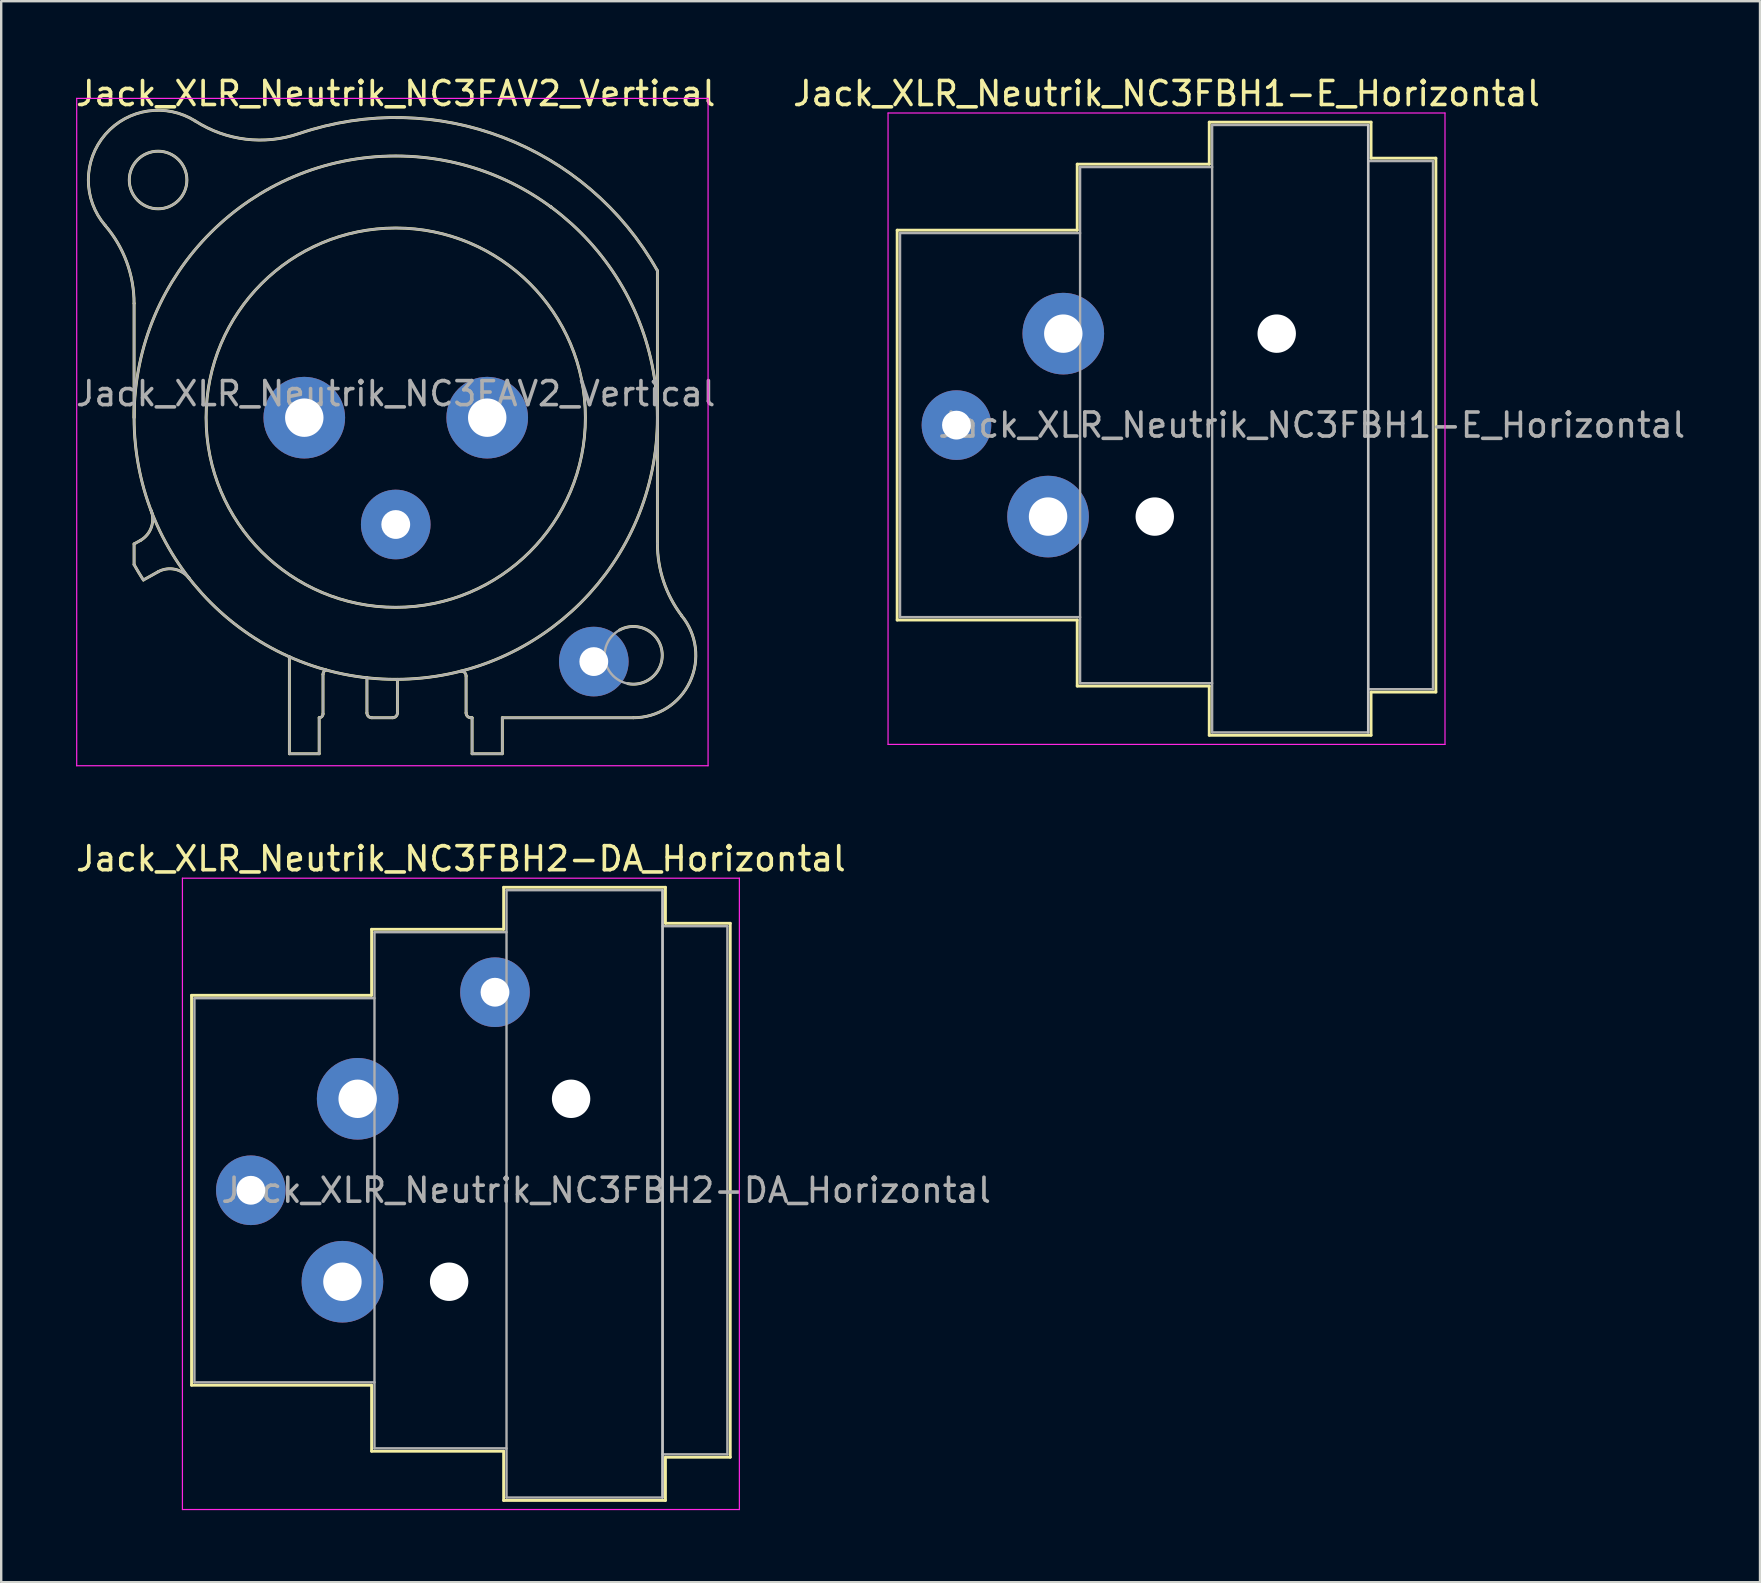
<source format=kicad_pcb>
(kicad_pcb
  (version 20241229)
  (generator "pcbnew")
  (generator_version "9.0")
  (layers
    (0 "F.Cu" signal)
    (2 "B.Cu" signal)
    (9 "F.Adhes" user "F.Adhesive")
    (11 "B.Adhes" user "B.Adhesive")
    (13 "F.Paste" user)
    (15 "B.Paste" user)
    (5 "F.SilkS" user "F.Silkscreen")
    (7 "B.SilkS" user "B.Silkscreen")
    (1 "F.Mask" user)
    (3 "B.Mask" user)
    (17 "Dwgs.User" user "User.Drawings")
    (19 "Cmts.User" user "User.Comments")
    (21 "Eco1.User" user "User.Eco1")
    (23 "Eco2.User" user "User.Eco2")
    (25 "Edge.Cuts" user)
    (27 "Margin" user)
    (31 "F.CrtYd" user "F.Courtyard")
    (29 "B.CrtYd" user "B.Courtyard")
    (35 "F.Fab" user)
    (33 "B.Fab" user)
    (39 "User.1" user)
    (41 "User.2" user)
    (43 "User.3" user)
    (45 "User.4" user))
  (footprint "Jack_XLR_Neutrik_NC3FAV2_Vertical"
    (layer "F.Cu")
    (at 17.245 14.348)
    (property "Reference" "Jack_XLR_Neutrik_NC3FAV2_Vertical" (at -3.81 -13.5 0) (layer "F.SilkS") (effects (font (size 1 1) (thickness 0.15))))
    (attr through_hole)
    (fp_line (start -14.71 0) (end -14.71 -4.76) (stroke (width 0.12) (type solid)) (layer "F.SilkS"))
    (fp_line (start -14.71 5.26) (end -14.71 6.12) (stroke (width 0.12) (type solid)) (layer "F.SilkS"))
    (fp_line (start -14.44 5.11) (end -14.71 5.26) (stroke (width 0.12) (type solid)) (layer "F.SilkS"))
    (fp_line (start -14.32 6.76) (end -13.71 6.42) (stroke (width 0.12) (type solid)) (layer "F.SilkS"))
    (fp_line (start -8.24 9.96) (end -8.24 14) (stroke (width 0.12) (type solid)) (layer "F.SilkS"))
    (fp_line (start -7 12.5) (end -7 14) (stroke (width 0.12) (type solid)) (layer "F.SilkS"))
    (fp_line (start -7 14) (end -8.24 14) (stroke (width 0.12) (type solid)) (layer "F.SilkS"))
    (fp_line (start -6.84 12.34) (end -6.84 10.69) (stroke (width 0.12) (type solid)) (layer "F.SilkS"))
    (fp_line (start -5.01 10.83) (end -5.01 12.3) (stroke (width 0.12) (type solid)) (layer "F.SilkS"))
    (fp_line (start -3.94 12.5) (end -4.81 12.5) (stroke (width 0.12) (type solid)) (layer "F.SilkS"))
    (fp_line (start -3.74 10.9) (end -3.74 12.3) (stroke (width 0.12) (type solid)) (layer "F.SilkS"))
    (fp_line (start -0.88 12.3) (end -0.88 10.76) (stroke (width 0.12) (type solid)) (layer "F.SilkS"))
    (fp_line (start -0.63 12.5) (end -0.68 12.5) (stroke (width 0.12) (type solid)) (layer "F.SilkS"))
    (fp_line (start -0.63 12.5) (end -0.63 14) (stroke (width 0.12) (type solid)) (layer "F.SilkS"))
    (fp_line (start 0.62 14) (end -0.63 14) (stroke (width 0.12) (type solid)) (layer "F.SilkS"))
    (fp_line (start 0.63 12.5) (end 6.09 12.5) (stroke (width 0.12) (type solid)) (layer "F.SilkS"))
    (fp_line (start 0.63 14) (end 0.63 12.5) (stroke (width 0.12) (type solid)) (layer "F.SilkS"))
    (fp_line (start 7.09 5.24) (end 7.09 -6.12) (stroke (width 0.12) (type solid)) (layer "F.SilkS"))
    (fp_arc (start -15.908829 -8.000856) (mid -15.019313 -6.48774) (end -14.71 -4.76) (stroke (width 0.12) (type solid)) (layer "F.SilkS"))
    (fp_arc (start -15.908236 -8.001617) (mid -15.907486 -11.799251) (end -12.15 -12.35) (stroke (width 0.12) (type solid)) (layer "F.SilkS"))
    (fp_arc (start -14.32314 6.763008) (mid -14.521396 6.444407) (end -14.71 6.12) (stroke (width 0.12) (type solid)) (layer "F.SilkS"))
    (fp_arc (start -14.004283 3.855674) (mid -13.989213 4.56375) (end -14.44 5.11) (stroke (width 0.12) (type solid)) (layer "F.SilkS"))
    (fp_arc (start -13.71 6.42) (mid -13.01025 6.315915) (end -12.412202 6.693832) (stroke (width 0.12) (type solid)) (layer "F.SilkS"))
    (fp_arc (start -7.848035 -11.831177) (mid -10.058192 -11.599923) (end -12.15 -12.35) (stroke (width 0.12) (type solid)) (layer "F.SilkS"))
    (fp_arc (start -7.841153 -11.83276) (mid 0.657009 -11.675197) (end 7.09 -6.12) (stroke (width 0.12) (type solid)) (layer "F.SilkS"))
    (fp_arc (start -6.84 10.69) (mid -6.803713 10.578321) (end -6.708713 10.509299) (stroke (width 0.12) (type solid)) (layer "F.SilkS"))
    (fp_arc (start -6.84 12.34) (mid -6.886863 12.453137) (end -7 12.5) (stroke (width 0.12) (type solid)) (layer "F.SilkS"))
    (fp_arc (start -4.81 12.5) (mid -4.951421 12.441421) (end -5.01 12.3) (stroke (width 0.12) (type solid)) (layer "F.SilkS"))
    (fp_arc (start -3.74 12.3) (mid -3.798579 12.441421) (end -3.94 12.5) (stroke (width 0.12) (type solid)) (layer "F.SilkS"))
    (fp_arc (start -1.1294 10.566197) (mid -0.957281 10.602076) (end -0.88 10.76) (stroke (width 0.12) (type solid)) (layer "F.SilkS"))
    (fp_arc (start -0.68 12.5) (mid -0.821421 12.441421) (end -0.88 12.3) (stroke (width 0.12) (type solid)) (layer "F.SilkS"))
    (fp_arc (start 2.636924 -8.782671) (mid 2.628394 -8.791269) (end 2.62 -8.8) (stroke (width 0.12) (type solid)) (layer "F.SilkS"))
    (fp_arc (start 2.680052 -8.767734) (mid 2.65973 -8.7835) (end 2.64 -8.8) (stroke (width 0.12) (type solid)) (layer "F.SilkS"))
    (fp_arc (start 5.507701 8.848226) (mid 7.277502 9.712546) (end 5.86 11.08) (stroke (width 0.12) (type solid)) (layer "F.SilkS"))
    (fp_arc (start 8.095865 8.245761) (mid 8.441704 11.008824) (end 6.09 12.5) (stroke (width 0.12) (type solid)) (layer "F.SilkS"))
    (fp_arc (start 8.098032 8.243976) (mid 7.348729 6.824298) (end 7.09 5.24) (stroke (width 0.12) (type solid)) (layer "F.SilkS"))
    (fp_circle (center -13.71 -9.9) (end -12.51 -9.9) (stroke (width 0.12) (type solid)) (fill no) (layer "F.SilkS"))
    (fp_circle (center -3.81 0) (end 4.09 0) (stroke (width 0.12) (type solid)) (fill no) (layer "F.SilkS"))
    (fp_circle (center -3.81 0) (end 7.09 0) (stroke (width 0.12) (type solid)) (fill no) (layer "F.SilkS"))
    (fp_line (start -17.1 -13.3) (end 9.2 -13.3) (stroke (width 0.05) (type solid)) (layer "F.CrtYd"))
    (fp_line (start -17.1 14.5) (end -17.1 -13.3) (stroke (width 0.05) (type solid)) (layer "F.CrtYd"))
    (fp_line (start 9.2 -13.3) (end 9.2 14.5) (stroke (width 0.05) (type solid)) (layer "F.CrtYd"))
    (fp_line (start 9.2 14.5) (end -17.1 14.5) (stroke (width 0.05) (type solid)) (layer "F.CrtYd"))
    (fp_line (start -14.71 0) (end -14.71 -4.76) (stroke (width 0.1) (type solid)) (layer "F.Fab"))
    (fp_line (start -14.71 5.26) (end -14.71 6.12) (stroke (width 0.1) (type solid)) (layer "F.Fab"))
    (fp_line (start -14.44 5.11) (end -14.71 5.26) (stroke (width 0.1) (type solid)) (layer "F.Fab"))
    (fp_line (start -14.32 6.76) (end -13.71 6.42) (stroke (width 0.1) (type solid)) (layer "F.Fab"))
    (fp_line (start -8.24 9.96) (end -8.24 14) (stroke (width 0.1) (type solid)) (layer "F.Fab"))
    (fp_line (start -7 12.5) (end -7 14) (stroke (width 0.1) (type solid)) (layer "F.Fab"))
    (fp_line (start -7 14) (end -8.24 14) (stroke (width 0.1) (type solid)) (layer "F.Fab"))
    (fp_line (start -6.84 12.34) (end -6.84 10.69) (stroke (width 0.1) (type solid)) (layer "F.Fab"))
    (fp_line (start -5.01 10.83) (end -5.01 12.3) (stroke (width 0.1) (type solid)) (layer "F.Fab"))
    (fp_line (start -3.94 12.5) (end -4.81 12.5) (stroke (width 0.1) (type solid)) (layer "F.Fab"))
    (fp_line (start -3.74 10.9) (end -3.74 12.3) (stroke (width 0.1) (type solid)) (layer "F.Fab"))
    (fp_line (start -0.88 12.3) (end -0.88 10.76) (stroke (width 0.1) (type solid)) (layer "F.Fab"))
    (fp_line (start -0.63 12.5) (end -0.68 12.5) (stroke (width 0.1) (type solid)) (layer "F.Fab"))
    (fp_line (start -0.63 12.5) (end -0.63 14) (stroke (width 0.1) (type solid)) (layer "F.Fab"))
    (fp_line (start 0.62 14) (end -0.63 14) (stroke (width 0.1) (type solid)) (layer "F.Fab"))
    (fp_line (start 0.63 12.5) (end 6.09 12.5) (stroke (width 0.1) (type solid)) (layer "F.Fab"))
    (fp_line (start 0.63 14) (end 0.63 12.5) (stroke (width 0.1) (type solid)) (layer "F.Fab"))
    (fp_line (start 7.09 5.24) (end 7.09 -6.12) (stroke (width 0.1) (type solid)) (layer "F.Fab"))
    (fp_arc (start -15.908829 -8.000856) (mid -15.019313 -6.48774) (end -14.71 -4.76) (stroke (width 0.1) (type solid)) (layer "F.Fab"))
    (fp_arc (start -15.908236 -8.001617) (mid -15.907486 -11.799251) (end -12.15 -12.35) (stroke (width 0.1) (type solid)) (layer "F.Fab"))
    (fp_arc (start -14.32314 6.763008) (mid -14.521396 6.444407) (end -14.71 6.12) (stroke (width 0.1) (type solid)) (layer "F.Fab"))
    (fp_arc (start -14.004283 3.855674) (mid -13.989213 4.56375) (end -14.44 5.11) (stroke (width 0.1) (type solid)) (layer "F.Fab"))
    (fp_arc (start -13.71 6.42) (mid -13.01025 6.315915) (end -12.412202 6.693832) (stroke (width 0.1) (type solid)) (layer "F.Fab"))
    (fp_arc (start -7.848035 -11.831177) (mid -10.058192 -11.599923) (end -12.15 -12.35) (stroke (width 0.1) (type solid)) (layer "F.Fab"))
    (fp_arc (start -7.841153 -11.83276) (mid 0.657009 -11.675197) (end 7.09 -6.12) (stroke (width 0.1) (type solid)) (layer "F.Fab"))
    (fp_arc (start -6.84 10.69) (mid -6.803713 10.578321) (end -6.708713 10.509299) (stroke (width 0.1) (type solid)) (layer "F.Fab"))
    (fp_arc (start -6.84 12.34) (mid -6.886863 12.453137) (end -7 12.5) (stroke (width 0.1) (type solid)) (layer "F.Fab"))
    (fp_arc (start -4.81 12.5) (mid -4.951421 12.441421) (end -5.01 12.3) (stroke (width 0.1) (type solid)) (layer "F.Fab"))
    (fp_arc (start -3.74 12.3) (mid -3.798579 12.441421) (end -3.94 12.5) (stroke (width 0.1) (type solid)) (layer "F.Fab"))
    (fp_arc (start -1.1294 10.566197) (mid -0.957281 10.602076) (end -0.88 10.76) (stroke (width 0.1) (type solid)) (layer "F.Fab"))
    (fp_arc (start -0.68 12.5) (mid -0.821421 12.441421) (end -0.88 12.3) (stroke (width 0.1) (type solid)) (layer "F.Fab"))
    (fp_arc (start 2.636924 -8.782671) (mid 2.628394 -8.791269) (end 2.62 -8.8) (stroke (width 0.1) (type solid)) (layer "F.Fab"))
    (fp_arc (start 2.680052 -8.767734) (mid 2.65973 -8.7835) (end 2.64 -8.8) (stroke (width 0.1) (type solid)) (layer "F.Fab"))
    (fp_arc (start 8.095865 8.245761) (mid 8.441704 11.008824) (end 6.09 12.5) (stroke (width 0.1) (type solid)) (layer "F.Fab"))
    (fp_arc (start 8.098032 8.243976) (mid 7.348729 6.824298) (end 7.09 5.24) (stroke (width 0.1) (type solid)) (layer "F.Fab"))
    (fp_circle (center -13.71 -9.9) (end -12.51 -9.9) (stroke (width 0.1) (type solid)) (fill no) (layer "F.Fab"))
    (fp_circle (center -3.81 0) (end 4.09 0) (stroke (width 0.1) (type solid)) (fill no) (layer "F.Fab"))
    (fp_circle (center -3.81 0) (end 7.09 0) (stroke (width 0.1) (type solid)) (fill no) (layer "F.Fab"))
    (fp_circle (center 6.09 9.9) (end 7.29 9.9) (stroke (width 0.1) (type solid)) (fill no) (layer "F.Fab"))
    (fp_text user "${REFERENCE}" (at -3.81 -1 0) (layer "F.Fab") (effects (font (size 1 1) (thickness 0.15))))
    (pad "1" thru_hole circle (at 0 0) (size 3.4 3.4) (drill 1.6) (layers "*.Cu" "*.Mask"))
    (pad "2" thru_hole circle (at -7.62 0) (size 3.4 3.4) (drill 1.6) (layers "*.Cu" "*.Mask"))
    (pad "3" thru_hole circle (at -3.81 4.45) (size 2.9 2.9) (drill 1.2) (layers "*.Cu" "*.Mask"))
    (pad "G" thru_hole circle (at 4.44 10.16) (size 2.9 2.9) (drill 1.2) (layers "*.Cu" "*.Mask")))
  (footprint "Jack_XLR_Neutrik_NC3FBH2-DA_Horizontal"
    (layer "F.Cu")
    (at 11.849 42.721)
    (property "Reference" "Jack_XLR_Neutrik_NC3FBH2-DA_Horizontal" (at 4.3 -10 0) (layer "F.SilkS") (effects (font (size 1 1) (thickness 0.15))))
    (attr through_hole)
    (fp_line (start -6.92 -4.31) (end -6.92 11.93) (stroke (width 0.12) (type solid)) (layer "F.SilkS"))
    (fp_line (start 0.58 -7.06) (end 0.58 -4.31) (stroke (width 0.12) (type solid)) (layer "F.SilkS"))
    (fp_line (start 0.58 -4.31) (end -6.92 -4.31) (stroke (width 0.12) (type solid)) (layer "F.SilkS"))
    (fp_line (start 0.58 11.93) (end -6.92 11.93) (stroke (width 0.12) (type solid)) (layer "F.SilkS"))
    (fp_line (start 0.58 11.93) (end 0.58 14.68) (stroke (width 0.12) (type solid)) (layer "F.SilkS"))
    (fp_line (start 6.08 -7.06) (end 0.58 -7.06) (stroke (width 0.12) (type solid)) (layer "F.SilkS"))
    (fp_line (start 6.08 -7.06) (end 6.08 -8.81) (stroke (width 0.12) (type solid)) (layer "F.SilkS"))
    (fp_line (start 6.08 14.68) (end 0.58 14.68) (stroke (width 0.12) (type solid)) (layer "F.SilkS"))
    (fp_line (start 6.08 16.73) (end 6.08 14.68) (stroke (width 0.12) (type solid)) (layer "F.SilkS"))
    (fp_line (start 12.82 -8.81) (end 6.08 -8.81) (stroke (width 0.12) (type solid)) (layer "F.SilkS"))
    (fp_line (start 12.82 -8.81) (end 12.82 -7.31) (stroke (width 0.12) (type solid)) (layer "F.SilkS"))
    (fp_line (start 12.82 -7.31) (end 15.52 -7.31) (stroke (width 0.12) (type solid)) (layer "F.SilkS"))
    (fp_line (start 12.82 14.93) (end 12.82 16.73) (stroke (width 0.12) (type solid)) (layer "F.SilkS"))
    (fp_line (start 12.82 14.93) (end 15.52 14.93) (stroke (width 0.12) (type solid)) (layer "F.SilkS"))
    (fp_line (start 12.82 16.73) (end 6.08 16.73) (stroke (width 0.12) (type solid)) (layer "F.SilkS"))
    (fp_line (start 15.52 -7.31) (end 15.52 14.93) (stroke (width 0.12) (type solid)) (layer "F.SilkS"))
    (fp_line (start 12.7 -8.69) (end 12.7 16.61) (stroke (width 0.1) (type solid)) (layer "Dwgs.User"))
    (fp_line (start -7.3 -9.19) (end -7.3 17.11) (stroke (width 0.05) (type solid)) (layer "F.CrtYd"))
    (fp_line (start 15.9 -9.19) (end -7.3 -9.19) (stroke (width 0.05) (type solid)) (layer "F.CrtYd"))
    (fp_line (start 15.9 -9.19) (end 15.9 17.11) (stroke (width 0.05) (type solid)) (layer "F.CrtYd"))
    (fp_line (start 15.9 17.11) (end -7.3 17.11) (stroke (width 0.05) (type solid)) (layer "F.CrtYd"))
    (fp_line (start -6.8 -4.19) (end -6.8 11.81) (stroke (width 0.1) (type solid)) (layer "F.Fab"))
    (fp_line (start -6.8 11.81) (end 0.7 11.81) (stroke (width 0.1) (type solid)) (layer "F.Fab"))
    (fp_line (start 0.7 -6.94) (end 0.7 14.56) (stroke (width 0.1) (type solid)) (layer "F.Fab"))
    (fp_line (start 0.7 -4.19) (end -6.8 -4.19) (stroke (width 0.1) (type solid)) (layer "F.Fab"))
    (fp_line (start 0.7 14.56) (end 6.2 14.56) (stroke (width 0.1) (type solid)) (layer "F.Fab"))
    (fp_line (start 6.2 -8.69) (end 12.7 -8.69) (stroke (width 0.1) (type solid)) (layer "F.Fab"))
    (fp_line (start 6.2 -6.94) (end 0.7 -6.94) (stroke (width 0.1) (type solid)) (layer "F.Fab"))
    (fp_line (start 6.2 16.61) (end 6.2 -8.69) (stroke (width 0.1) (type solid)) (layer "F.Fab"))
    (fp_line (start 12.7 -8.69) (end 12.7 16.61) (stroke (width 0.1) (type solid)) (layer "F.Fab"))
    (fp_line (start 12.7 -7.19) (end 15.4 -7.19) (stroke (width 0.1) (type solid)) (layer "F.Fab"))
    (fp_line (start 12.7 16.61) (end 6.2 16.61) (stroke (width 0.1) (type solid)) (layer "F.Fab"))
    (fp_line (start 15.4 -7.19) (end 15.4 14.81) (stroke (width 0.1) (type solid)) (layer "F.Fab"))
    (fp_line (start 15.4 14.81) (end 12.7 14.81) (stroke (width 0.1) (type solid)) (layer "F.Fab"))
    (fp_text user "${REFERENCE}" (at 10.35 3.81 0) (layer "F.Fab") (effects (font (size 1 1) (thickness 0.15))))
    (pad "" np_thru_hole circle (at 3.81 7.62) (size 1.6 1.6) (drill 1.6) (layers "*.Cu" "*.Mask"))
    (pad "" np_thru_hole circle (at 8.89 0) (size 1.6 1.6) (drill 1.6) (layers "*.Cu" "*.Mask"))
    (pad "1" thru_hole circle (at 0 0) (size 3.4 3.4) (drill 1.6) (layers "*.Cu" "*.Mask"))
    (pad "2" thru_hole circle (at -0.635 7.62) (size 3.4 3.4) (drill 1.6) (layers "*.Cu" "*.Mask"))
    (pad "3" thru_hole circle (at -4.45 3.81) (size 2.9 2.9) (drill 1.2) (layers "*.Cu" "*.Mask"))
    (pad "G" thru_hole circle (at 5.72 -4.44) (size 2.9 2.9) (drill 1.2) (layers "*.Cu" "*.Mask")))
  (footprint "Jack_XLR_Neutrik_NC3FBH1-E_Horizontal"
    (layer "F.Cu")
    (at 41.242 10.848)
    (property "Reference" "Jack_XLR_Neutrik_NC3FBH1-E_Horizontal" (at 4.3 -10 0) (layer "F.SilkS") (effects (font (size 1 1) (thickness 0.15))))
    (attr through_hole)
    (fp_line (start -6.92 -4.31) (end -6.92 11.93) (stroke (width 0.12) (type solid)) (layer "F.SilkS"))
    (fp_line (start 0.58 -7.06) (end 0.58 -4.31) (stroke (width 0.12) (type solid)) (layer "F.SilkS"))
    (fp_line (start 0.58 -4.31) (end -6.92 -4.31) (stroke (width 0.12) (type solid)) (layer "F.SilkS"))
    (fp_line (start 0.58 11.93) (end -6.92 11.93) (stroke (width 0.12) (type solid)) (layer "F.SilkS"))
    (fp_line (start 0.58 11.93) (end 0.58 14.68) (stroke (width 0.12) (type solid)) (layer "F.SilkS"))
    (fp_line (start 6.08 -7.06) (end 0.58 -7.06) (stroke (width 0.12) (type solid)) (layer "F.SilkS"))
    (fp_line (start 6.08 -7.06) (end 6.08 -8.81) (stroke (width 0.12) (type solid)) (layer "F.SilkS"))
    (fp_line (start 6.08 14.68) (end 0.58 14.68) (stroke (width 0.12) (type solid)) (layer "F.SilkS"))
    (fp_line (start 6.08 16.73) (end 6.08 14.68) (stroke (width 0.12) (type solid)) (layer "F.SilkS"))
    (fp_line (start 12.82 -8.81) (end 6.08 -8.81) (stroke (width 0.12) (type solid)) (layer "F.SilkS"))
    (fp_line (start 12.82 -8.81) (end 12.82 -7.31) (stroke (width 0.12) (type solid)) (layer "F.SilkS"))
    (fp_line (start 12.82 -7.31) (end 15.52 -7.31) (stroke (width 0.12) (type solid)) (layer "F.SilkS"))
    (fp_line (start 12.82 14.93) (end 12.82 16.73) (stroke (width 0.12) (type solid)) (layer "F.SilkS"))
    (fp_line (start 12.82 14.93) (end 15.52 14.93) (stroke (width 0.12) (type solid)) (layer "F.SilkS"))
    (fp_line (start 12.82 16.73) (end 6.08 16.73) (stroke (width 0.12) (type solid)) (layer "F.SilkS"))
    (fp_line (start 15.52 -7.31) (end 15.52 14.93) (stroke (width 0.12) (type solid)) (layer "F.SilkS"))
    (fp_line (start 12.7 -8.69) (end 12.7 16.61) (stroke (width 0.1) (type solid)) (layer "Dwgs.User"))
    (fp_line (start -7.3 -9.19) (end -7.3 17.11) (stroke (width 0.05) (type solid)) (layer "F.CrtYd"))
    (fp_line (start 15.9 -9.19) (end -7.3 -9.19) (stroke (width 0.05) (type solid)) (layer "F.CrtYd"))
    (fp_line (start 15.9 -9.19) (end 15.9 17.11) (stroke (width 0.05) (type solid)) (layer "F.CrtYd"))
    (fp_line (start 15.9 17.11) (end -7.3 17.11) (stroke (width 0.05) (type solid)) (layer "F.CrtYd"))
    (fp_line (start -6.8 -4.19) (end -6.8 11.81) (stroke (width 0.1) (type solid)) (layer "F.Fab"))
    (fp_line (start -6.8 11.81) (end 0.7 11.81) (stroke (width 0.1) (type solid)) (layer "F.Fab"))
    (fp_line (start 0.7 -6.94) (end 0.7 14.56) (stroke (width 0.1) (type solid)) (layer "F.Fab"))
    (fp_line (start 0.7 -4.19) (end -6.8 -4.19) (stroke (width 0.1) (type solid)) (layer "F.Fab"))
    (fp_line (start 0.7 14.56) (end 6.2 14.56) (stroke (width 0.1) (type solid)) (layer "F.Fab"))
    (fp_line (start 6.2 -8.69) (end 12.7 -8.69) (stroke (width 0.1) (type solid)) (layer "F.Fab"))
    (fp_line (start 6.2 -6.94) (end 0.7 -6.94) (stroke (width 0.1) (type solid)) (layer "F.Fab"))
    (fp_line (start 6.2 16.61) (end 6.2 -8.69) (stroke (width 0.1) (type solid)) (layer "F.Fab"))
    (fp_line (start 12.7 -8.69) (end 12.7 16.61) (stroke (width 0.1) (type solid)) (layer "F.Fab"))
    (fp_line (start 12.7 -7.19) (end 15.4 -7.19) (stroke (width 0.1) (type solid)) (layer "F.Fab"))
    (fp_line (start 12.7 16.61) (end 6.2 16.61) (stroke (width 0.1) (type solid)) (layer "F.Fab"))
    (fp_line (start 15.4 -7.19) (end 15.4 14.81) (stroke (width 0.1) (type solid)) (layer "F.Fab"))
    (fp_line (start 15.4 14.81) (end 12.7 14.81) (stroke (width 0.1) (type solid)) (layer "F.Fab"))
    (fp_text user "${REFERENCE}" (at 10.35 3.81 0) (layer "F.Fab") (effects (font (size 1 1) (thickness 0.15))))
    (pad "" np_thru_hole circle (at 3.81 7.62) (size 1.6 1.6) (drill 1.6) (layers "*.Cu" "*.Mask"))
    (pad "" np_thru_hole circle (at 8.89 0) (size 1.6 1.6) (drill 1.6) (layers "*.Cu" "*.Mask"))
    (pad "1" thru_hole circle (at 0 0) (size 3.4 3.4) (drill 1.6) (layers "*.Cu" "*.Mask"))
    (pad "2" thru_hole circle (at -0.635 7.62) (size 3.4 3.4) (drill 1.6) (layers "*.Cu" "*.Mask"))
    (pad "3" thru_hole circle (at -4.45 3.81) (size 2.9 2.9) (drill 1.2) (layers "*.Cu" "*.Mask")))
  (gr_rect
    (start -3 -3)
    (end 70.264 62.856)
    (stroke (width 0.1) (type default))
    (fill no)
    (layer "Edge.Cuts")))
</source>
